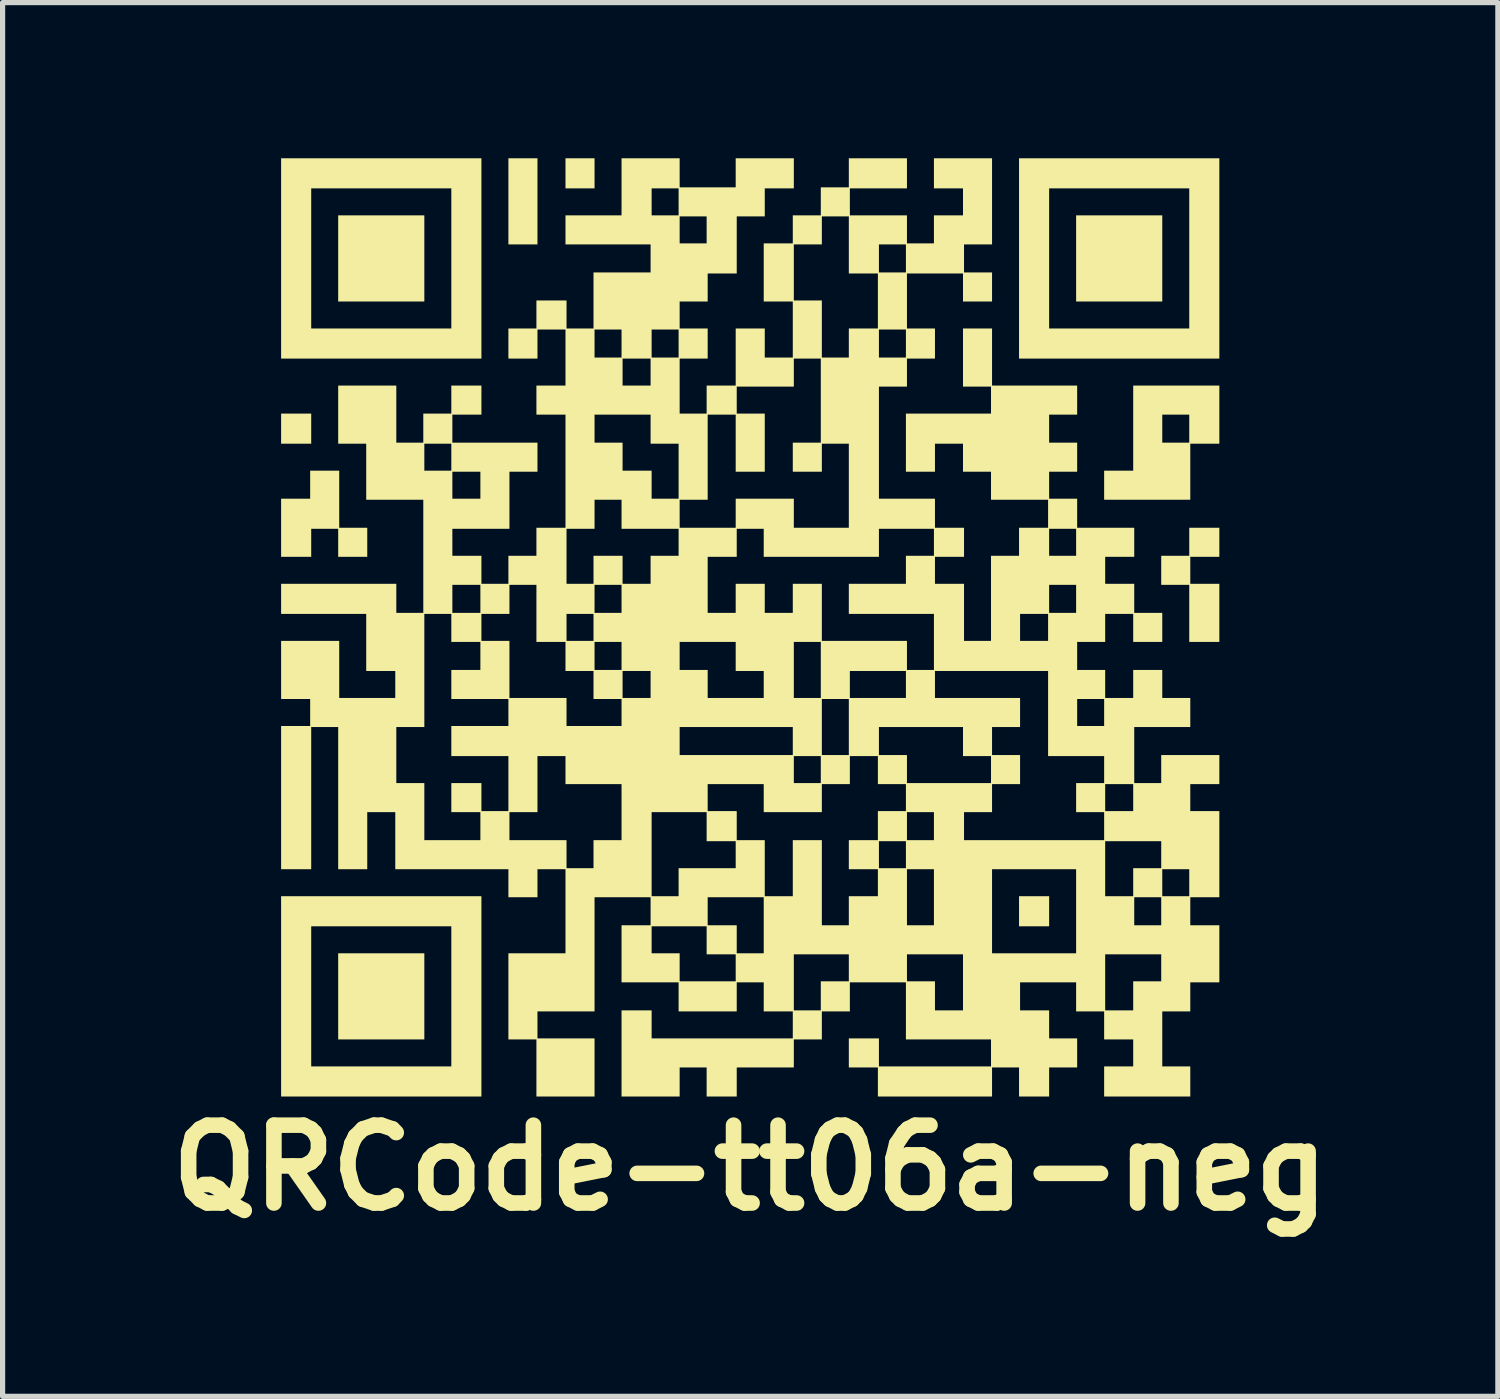
<source format=kicad_pcb>
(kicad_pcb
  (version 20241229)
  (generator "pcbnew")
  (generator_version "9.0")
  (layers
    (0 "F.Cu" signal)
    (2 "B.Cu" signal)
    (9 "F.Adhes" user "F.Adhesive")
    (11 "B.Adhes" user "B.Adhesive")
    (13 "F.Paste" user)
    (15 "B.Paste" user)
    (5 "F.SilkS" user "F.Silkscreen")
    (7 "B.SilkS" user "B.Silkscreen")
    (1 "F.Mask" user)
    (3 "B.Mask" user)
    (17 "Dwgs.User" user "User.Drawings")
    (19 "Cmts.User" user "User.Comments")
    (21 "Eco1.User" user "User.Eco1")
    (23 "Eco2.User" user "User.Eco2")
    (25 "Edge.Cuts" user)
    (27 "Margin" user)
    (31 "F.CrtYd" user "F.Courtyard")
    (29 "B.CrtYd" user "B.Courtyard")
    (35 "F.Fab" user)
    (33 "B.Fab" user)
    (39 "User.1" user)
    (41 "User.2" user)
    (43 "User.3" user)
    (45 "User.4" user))
  (footprint "QRCode-tt06a-neg"
    (layer "F.Cu")
    (at 11.407 9.04)
    (property "Reference" "QRCode-tt06a-neg" (at 0 10.414 0) (layer "F.SilkS") (effects (font (size 1.5 1.5) (thickness 0.3))))
    (attr board_only exclude_from_pos_files exclude_from_bom)
    (fp_poly (pts (xy -8.46 -3.83) (xy -8.46 -3.54) (xy -8.75 -3.54) (xy -9.04 -3.54) (xy -9.04 -3.83) (xy -9.04 -4.12) (xy -8.75 -4.12) (xy -8.46 -4.12)) (stroke (width 0) (type solid)) (fill yes) (layer "F.SilkS"))
    (fp_poly (pts (xy -6.28 -7.11) (xy -6.28 -6.28) (xy -7.11 -6.28) (xy -7.94 -6.28) (xy -7.94 -7.11) (xy -7.94 -7.94) (xy -7.11 -7.94) (xy -6.28 -7.94)) (stroke (width 0) (type solid)) (fill yes) (layer "F.SilkS"))
    (fp_poly (pts (xy -6.28 7.11) (xy -6.28 7.94) (xy -7.11 7.94) (xy -7.94 7.94) (xy -7.94 7.11) (xy -7.94 6.28) (xy -7.11 6.28) (xy -6.28 6.28)) (stroke (width 0) (type solid)) (fill yes) (layer "F.SilkS"))
    (fp_poly (pts (xy -4.1 -8.21) (xy -4.1 -7.38) (xy -4.38 -7.38) (xy -4.66 -7.38) (xy -4.66 -8.21) (xy -4.66 -9.04) (xy -4.38 -9.04) (xy -4.1 -9.04)) (stroke (width 0) (type solid)) (fill yes) (layer "F.SilkS"))
    (fp_poly (pts (xy -3 -8.75) (xy -3 -8.46) (xy -3.28 -8.46) (xy -3.56 -8.46) (xy -3.56 -8.75) (xy -3.56 -9.04) (xy -3.28 -9.04) (xy -3 -9.04)) (stroke (width 0) (type solid)) (fill yes) (layer "F.SilkS"))
    (fp_poly (pts (xy 5.76 5.47) (xy 5.76 5.76) (xy 5.47 5.76) (xy 5.18 5.76) (xy 5.18 5.47) (xy 5.18 5.18) (xy 5.47 5.18) (xy 5.76 5.18)) (stroke (width 0) (type solid)) (fill yes) (layer "F.SilkS"))
    (fp_poly (pts (xy 7.94 -7.11) (xy 7.94 -6.28) (xy 7.11 -6.28) (xy 6.28 -6.28) (xy 6.28 -7.11) (xy 6.28 -7.94) (xy 7.11 -7.94) (xy 7.94 -7.94)) (stroke (width 0) (type solid)) (fill yes) (layer "F.SilkS"))
    (fp_poly (pts (xy -5.18 -7.11) (xy -5.18 -5.18) (xy -7.11 -5.18) (xy -9.04 -5.18) (xy -9.04 -7.11) (xy -8.46 -7.11) (xy -8.46 -5.76) (xy -7.11 -5.76) (xy -5.76 -5.76) (xy -5.76 -7.11) (xy -5.76 -8.46) (xy -7.11 -8.46) (xy -8.46 -8.46) (xy -8.46 -7.11) (xy -9.04 -7.11) (xy -9.04 -9.04) (xy -7.11 -9.04) (xy -5.18 -9.04)) (stroke (width 0) (type solid)) (fill yes) (layer "F.SilkS"))
    (fp_poly (pts (xy -5.18 7.11) (xy -5.18 9.04) (xy -7.11 9.04) (xy -9.04 9.04) (xy -9.04 7.11) (xy -8.46 7.11) (xy -8.46 8.46) (xy -7.11 8.46) (xy -5.76 8.46) (xy -5.76 7.11) (xy -5.76 5.76) (xy -7.11 5.76) (xy -8.46 5.76) (xy -8.46 7.11) (xy -9.04 7.11) (xy -9.04 5.18) (xy -7.11 5.18) (xy -5.18 5.18)) (stroke (width 0) (type solid)) (fill yes) (layer "F.SilkS"))
    (fp_poly (pts (xy 9.04 -7.11) (xy 9.04 -5.18) (xy 7.11 -5.18) (xy 5.18 -5.18) (xy 5.18 -7.11) (xy 5.76 -7.11) (xy 5.76 -5.76) (xy 7.11 -5.76) (xy 8.46 -5.76) (xy 8.46 -7.11) (xy 8.46 -8.46) (xy 7.11 -8.46) (xy 5.76 -8.46) (xy 5.76 -7.11) (xy 5.18 -7.11) (xy 5.18 -9.04) (xy 7.11 -9.04) (xy 9.04 -9.04)) (stroke (width 0) (type solid)) (fill yes) (layer "F.SilkS"))
    (fp_poly (pts (xy -7.92 -2.47) (xy -7.92 -1.92) (xy -7.65 -1.92) (xy -7.38 -1.92) (xy -7.38 -1.64) (xy -7.38 -1.36) (xy -7.66 -1.36) (xy -7.94 -1.36) (xy -7.94 -1.63) (xy -7.94 -1.9) (xy -8.2 -1.9) (xy -8.46 -1.9) (xy -8.46 -1.63) (xy -8.46 -1.36) (xy -8.75 -1.36) (xy -9.04 -1.36) (xy -9.04 -1.92) (xy -9.04 -2.48) (xy -8.76 -2.48) (xy -8.48 -2.48) (xy -8.48 -2.75) (xy -8.48 -3.02) (xy -8.2 -3.02) (xy -7.92 -3.02)) (stroke (width 0) (type solid)) (fill yes) (layer "F.SilkS"))
    (fp_poly (pts (xy 9.04 -1.64) (xy 9.04 -1.36) (xy 8.76 -1.36) (xy 8.48 -1.36) (xy 8.48 -1.1) (xy 8.48 -0.84) (xy 8.76 -0.84) (xy 9.04 -0.84) (xy 9.04 -0.28) (xy 9.04 0.28) (xy 8.75 0.28) (xy 8.46 0.28) (xy 8.46 -0.27) (xy 8.46 -0.82) (xy 8.19 -0.82) (xy 7.92 -0.82) (xy 7.92 -1.1) (xy 7.92 -1.38) (xy 8.19 -1.38) (xy 8.46 -1.38) (xy 8.46 -1.65) (xy 8.46 -1.92) (xy 8.75 -1.92) (xy 9.04 -1.92)) (stroke (width 0) (type solid)) (fill yes) (layer "F.SilkS"))
    (fp_poly (pts (xy 9.04 -4.1) (xy 9.04 -3.54) (xy 8.76 -3.54) (xy 8.48 -3.54) (xy 8.48 -3) (xy 8.48 -2.46) (xy 7.65 -2.46) (xy 6.82 -2.46) (xy 6.82 -2.74) (xy 6.82 -3.02) (xy 7.1 -3.02) (xy 7.38 -3.02) (xy 7.38 -3.83) (xy 7.94 -3.83) (xy 7.94 -3.56) (xy 8.2 -3.56) (xy 8.46 -3.56) (xy 8.46 -3.83) (xy 8.46 -4.1) (xy 8.2 -4.1) (xy 7.94 -4.1) (xy 7.94 -3.83) (xy 7.38 -3.83) (xy 7.38 -3.84) (xy 7.38 -4.66) (xy 8.21 -4.66) (xy 9.04 -4.66)) (stroke (width 0) (type solid)) (fill yes) (layer "F.SilkS"))
    (fp_poly (pts (xy -1.36 -8.76) (xy -1.36 -8.48) (xy -0.82 -8.48) (xy -0.28 -8.48) (xy -0.28 -8.76) (xy -0.28 -9.04) (xy 0.28 -9.04) (xy 0.84 -9.04) (xy 0.84 -8.75) (xy 0.84 -8.46) (xy 0.56 -8.46) (xy 0.28 -8.46) (xy 0.28 -8.19) (xy 0.28 -7.92) (xy 0.01 -7.92) (xy -0.26 -7.92) (xy -0.26 -7.37) (xy -0.26 -6.82) (xy -0.54 -6.82) (xy -0.82 -6.82) (xy -0.82 -6.55) (xy -0.82 -6.28) (xy -1.09 -6.28) (xy -1.36 -6.28) (xy -1.36 -6.02) (xy -1.36 -5.76) (xy -1.09 -5.76) (xy -0.82 -5.76) (xy -0.82 -5.47) (xy -0.82 -5.18) (xy -1.09 -5.18) (xy -1.36 -5.18) (xy -1.36 -4.65) (xy -1.36 -4.12) (xy -1.1 -4.12) (xy -0.84 -4.12) (xy -0.84 -4.39) (xy -0.84 -4.66) (xy -0.56 -4.66) (xy -0.28 -4.66) (xy -0.28 -5.21) (xy -0.28 -5.76) (xy 0 -5.76) (xy 0.28 -5.76) (xy 0.28 -5.48) (xy 0.28 -5.2) (xy 0.55 -5.2) (xy 0.82 -5.2) (xy 0.82 -5.74) (xy 0.82 -6.28) (xy 0.54 -6.28) (xy 0.26 -6.28) (xy 0.26 -6.84) (xy 0.26 -7.38) (xy 0.84 -7.38) (xy 0.84 -6.84) (xy 0.84 -6.3) (xy 1.11 -6.3) (xy 1.38 -6.3) (xy 1.38 -5.75) (xy 1.38 -5.2) (xy 1.64 -5.2) (xy 1.9 -5.2) (xy 1.9 -5.47) (xy 2.48 -5.47) (xy 2.48 -5.2) (xy 2.74 -5.2) (xy 3 -5.2) (xy 3 -5.47) (xy 3 -5.74) (xy 2.74 -5.74) (xy 2.48 -5.74) (xy 2.48 -5.47) (xy 1.9 -5.47) (xy 1.9 -5.48) (xy 1.9 -5.76) (xy 2.18 -5.76) (xy 2.46 -5.76) (xy 2.46 -6.29) (xy 2.46 -6.82) (xy 2.18 -6.82) (xy 1.9 -6.82) (xy 1.9 -7.11) (xy 2.48 -7.11) (xy 2.48 -6.84) (xy 2.74 -6.84) (xy 3 -6.84) (xy 3 -7.11) (xy 3 -7.38) (xy 2.74 -7.38) (xy 2.48 -7.38) (xy 2.48 -7.11) (xy 1.9 -7.11) (xy 1.9 -7.37) (xy 1.9 -7.92) (xy 1.64 -7.92) (xy 1.38 -7.92) (xy 1.38 -7.65) (xy 1.38 -7.38) (xy 1.11 -7.38) (xy 0.84 -7.38) (xy 0.26 -7.38) (xy 0.26 -7.4) (xy 0.54 -7.4) (xy 0.82 -7.4) (xy 0.82 -7.67) (xy 0.82 -7.94) (xy 1.09 -7.94) (xy 1.36 -7.94) (xy 1.36 -8.21) (xy 1.36 -8.48) (xy 1.63 -8.48) (xy 1.9 -8.48) (xy 1.9 -8.76) (xy 1.9 -9.04) (xy 2.46 -9.04) (xy 3.02 -9.04) (xy 3.02 -8.75) (xy 3.02 -8.46) (xy 2.47 -8.46) (xy 1.92 -8.46) (xy 1.92 -8.2) (xy 1.92 -7.94) (xy 2.47 -7.94) (xy 3.02 -7.94) (xy 3.02 -7.67) (xy 3.02 -7.4) (xy 3.28 -7.4) (xy 3.54 -7.4) (xy 3.54 -7.67) (xy 3.54 -7.94) (xy 3.82 -7.94) (xy 4.1 -7.94) (xy 4.1 -8.2) (xy 4.1 -8.46) (xy 3.82 -8.46) (xy 3.54 -8.46) (xy 3.54 -8.75) (xy 3.54 -9.04) (xy 4.1 -9.04) (xy 4.66 -9.04) (xy 4.66 -8.21) (xy 4.66 -7.38) (xy 4.39 -7.38) (xy 4.12 -7.38) (xy 4.12 -7.11) (xy 4.12 -6.84) (xy 4.39 -6.84) (xy 4.66 -6.84) (xy 4.66 -6.56) (xy 4.66 -6.28) (xy 4.38 -6.28) (xy 4.1 -6.28) (xy 4.1 -6.55) (xy 4.1 -6.82) (xy 3.56 -6.82) (xy 3.02 -6.82) (xy 3.02 -6.29) (xy 3.02 -5.76) (xy 3.29 -5.76) (xy 3.56 -5.76) (xy 3.56 -5.47) (xy 3.56 -5.18) (xy 3.29 -5.18) (xy 3.02 -5.18) (xy 3.02 -4.91) (xy 3.02 -4.64) (xy 2.75 -4.64) (xy 2.48 -4.64) (xy 2.48 -3.56) (xy 2.48 -2.48) (xy 3.02 -2.48) (xy 3.56 -2.48) (xy 3.56 -2.2) (xy 3.56 -1.92) (xy 3.84 -1.92) (xy 4.12 -1.92) (xy 4.12 -1.64) (xy 4.12 -1.36) (xy 3.84 -1.36) (xy 3.56 -1.36) (xy 3.56 -1.1) (xy 3.56 -0.84) (xy 3.84 -0.84) (xy 4.12 -0.84) (xy 4.12 -0.29) (xy 4.12 0.26) (xy 4.38 0.26) (xy 4.64 0.26) (xy 4.64 0) (xy 5.2 0) (xy 5.2 0.26) (xy 5.47 0.26) (xy 5.74 0.26) (xy 5.74 0) (xy 5.74 -0.26) (xy 5.47 -0.26) (xy 5.2 -0.26) (xy 5.2 0) (xy 4.64 0) (xy 4.64 -0.55) (xy 5.76 -0.55) (xy 5.76 -0.28) (xy 6.02 -0.28) (xy 6.28 -0.28) (xy 6.28 -0.55) (xy 6.28 -0.82) (xy 6.02 -0.82) (xy 5.76 -0.82) (xy 5.76 -0.55) (xy 4.64 -0.55) (xy 4.64 -0.56) (xy 4.64 -1.38) (xy 4.91 -1.38) (xy 5.18 -1.38) (xy 5.18 -1.64) (xy 5.76 -1.64) (xy 5.76 -1.38) (xy 6.02 -1.38) (xy 6.28 -1.38) (xy 6.28 -1.64) (xy 6.28 -1.9) (xy 6.02 -1.9) (xy 5.76 -1.9) (xy 5.76 -1.64) (xy 5.18 -1.64) (xy 5.18 -1.65) (xy 5.18 -1.92) (xy 5.46 -1.92) (xy 5.74 -1.92) (xy 5.74 -2.19) (xy 5.74 -2.46) (xy 5.19 -2.46) (xy 4.64 -2.46) (xy 4.64 -2.73) (xy 4.64 -3) (xy 4.37 -3) (xy 4.1 -3) (xy 4.1 -3.27) (xy 4.1 -3.54) (xy 3.83 -3.54) (xy 3.56 -3.54) (xy 3.56 -3.27) (xy 3.56 -3) (xy 3.28 -3) (xy 3 -3) (xy 3 -3.56) (xy 3 -4.12) (xy 3.82 -4.12) (xy 4.64 -4.12) (xy 4.64 -4.38) (xy 4.64 -4.64) (xy 4.37 -4.64) (xy 4.1 -4.64) (xy 4.1 -5.2) (xy 4.1 -5.76) (xy 4.38 -5.76) (xy 4.66 -5.76) (xy 4.66 -5.21) (xy 4.66 -4.66) (xy 5.48 -4.66) (xy 6.3 -4.66) (xy 6.3 -4.38) (xy 6.3 -4.1) (xy 6.03 -4.1) (xy 5.76 -4.1) (xy 5.76 -3.83) (xy 5.76 -3.56) (xy 6.03 -3.56) (xy 6.3 -3.56) (xy 6.3 -3.28) (xy 6.3 -3) (xy 6.03 -3) (xy 5.76 -3) (xy 5.76 -2.74) (xy 5.76 -2.48) (xy 6.03 -2.48) (xy 6.3 -2.48) (xy 6.3 -2.2) (xy 6.3 -1.92) (xy 6.85 -1.92) (xy 7.4 -1.92) (xy 7.4 -1.64) (xy 7.4 -1.36) (xy 7.12 -1.36) (xy 6.84 -1.36) (xy 6.84 -1.1) (xy 6.84 -0.84) (xy 7.12 -0.84) (xy 7.4 -0.84) (xy 7.4 -0.56) (xy 7.4 -0.28) (xy 7.67 -0.28) (xy 7.94 -0.28) (xy 7.94 0) (xy 7.94 0.28) (xy 7.66 0.28) (xy 7.38 0.28) (xy 7.38 0.01) (xy 7.38 -0.26) (xy 7.11 -0.26) (xy 6.84 -0.26) (xy 6.84 0.01) (xy 6.84 0.28) (xy 6.57 0.28) (xy 6.3 0.28) (xy 6.3 0.55) (xy 6.3 0.82) (xy 6.57 0.82) (xy 6.84 0.82) (xy 6.84 1.09) (xy 6.84 1.36) (xy 7.11 1.36) (xy 7.38 1.36) (xy 7.38 1.09) (xy 7.38 0.82) (xy 7.66 0.82) (xy 7.94 0.82) (xy 7.94 1.09) (xy 7.94 1.36) (xy 8.21 1.36) (xy 8.48 1.36) (xy 8.48 1.64) (xy 8.48 1.92) (xy 7.94 1.92) (xy 7.4 1.92) (xy 7.4 2.46) (xy 7.4 3) (xy 7.66 3) (xy 7.92 3) (xy 7.92 2.73) (xy 7.92 2.46) (xy 8.48 2.46) (xy 9.04 2.46) (xy 9.04 2.74) (xy 9.04 3.02) (xy 8.76 3.02) (xy 8.48 3.02) (xy 8.48 3.28) (xy 8.48 3.54) (xy 8.76 3.54) (xy 9.04 3.54) (xy 9.04 4.37) (xy 9.04 5.2) (xy 8.76 5.2) (xy 8.48 5.2) (xy 8.48 5.47) (xy 8.48 5.74) (xy 8.76 5.74) (xy 9.04 5.74) (xy 9.04 6.29) (xy 9.04 6.84) (xy 8.76 6.84) (xy 8.48 6.84) (xy 8.48 7.12) (xy 8.48 7.4) (xy 8.21 7.4) (xy 7.94 7.4) (xy 7.94 7.93) (xy 7.94 8.46) (xy 8.21 8.46) (xy 8.48 8.46) (xy 8.48 8.75) (xy 8.48 9.04) (xy 7.65 9.04) (xy 6.82 9.04) (xy 6.82 8.75) (xy 6.82 8.46) (xy 7.1 8.46) (xy 7.38 8.46) (xy 7.38 8.2) (xy 7.38 7.94) (xy 7.1 7.94) (xy 6.82 7.94) (xy 6.82 7.67) (xy 6.82 7.4) (xy 6.55 7.4) (xy 6.28 7.4) (xy 6.28 7.12) (xy 6.28 6.84) (xy 6.84 6.84) (xy 6.84 7.38) (xy 7.11 7.38) (xy 7.38 7.38) (xy 7.38 7.1) (xy 7.38 6.82) (xy 7.65 6.82) (xy 7.92 6.82) (xy 7.92 6.56) (xy 7.92 6.3) (xy 7.38 6.3) (xy 6.84 6.3) (xy 6.84 6.84) (xy 6.28 6.84) (xy 5.74 6.84) (xy 5.2 6.84) (xy 5.2 7.11) (xy 5.2 7.38) (xy 5.48 7.38) (xy 5.76 7.38) (xy 5.76 7.65) (xy 5.76 7.92) (xy 6.03 7.92) (xy 6.3 7.92) (xy 6.3 8.2) (xy 6.3 8.48) (xy 6.03 8.48) (xy 5.76 8.48) (xy 5.76 8.76) (xy 5.76 9.04) (xy 5.47 9.04) (xy 5.18 9.04) (xy 5.18 8.76) (xy 5.18 8.48) (xy 4.92 8.48) (xy 4.66 8.48) (xy 4.66 8.76) (xy 4.66 9.04) (xy 3.56 9.04) (xy 2.46 9.04) (xy 2.46 8.76) (xy 2.46 8.48) (xy 2.18 8.48) (xy 1.9 8.48) (xy 1.9 8.2) (xy 1.9 7.92) (xy 2.19 7.92) (xy 2.48 7.92) (xy 2.48 8.19) (xy 2.48 8.46) (xy 3.56 8.46) (xy 4.64 8.46) (xy 4.64 8.2) (xy 4.64 7.94) (xy 3.82 7.94) (xy 3 7.94) (xy 3 7.39) (xy 3 6.84) (xy 2.46 6.84) (xy 1.92 6.84) (xy 1.92 7.12) (xy 1.92 7.4) (xy 1.65 7.4) (xy 1.38 7.4) (xy 1.38 7.67) (xy 1.38 7.94) (xy 1.11 7.94) (xy 0.84 7.94) (xy 0.84 8.21) (xy 0.84 8.48) (xy 0.29 8.48) (xy -0.26 8.48) (xy -0.26 8.76) (xy -0.26 9.04) (xy -0.55 9.04) (xy -0.84 9.04) (xy -0.84 8.76) (xy -0.84 8.48) (xy -1.1 8.48) (xy -1.36 8.48) (xy -1.36 8.76) (xy -1.36 9.04) (xy -1.92 9.04) (xy -2.48 9.04) (xy -2.48 8.21) (xy -2.48 7.38) (xy -2.19 7.38) (xy -1.9 7.38) (xy -1.9 7.65) (xy -1.9 7.92) (xy -0.54 7.92) (xy 0.82 7.92) (xy 0.82 7.66) (xy 0.82 7.4) (xy 0.54 7.4) (xy 0.26 7.4) (xy 0.26 7.12) (xy 0.26 6.84) (xy 0.84 6.84) (xy 0.84 7.38) (xy 1.1 7.38) (xy 1.36 7.38) (xy 1.36 7.1) (xy 1.36 6.82) (xy 1.63 6.82) (xy 1.9 6.82) (xy 1.9 6.56) (xy 3.02 6.56) (xy 3.02 6.82) (xy 3.29 6.82) (xy 3.56 6.82) (xy 3.56 7.1) (xy 3.56 7.38) (xy 3.83 7.38) (xy 4.1 7.38) (xy 4.1 6.84) (xy 4.1 6.3) (xy 3.56 6.3) (xy 3.02 6.3) (xy 3.02 6.56) (xy 1.9 6.56) (xy 1.9 6.3) (xy 1.37 6.3) (xy 0.84 6.3) (xy 0.84 6.84) (xy 0.26 6.84) (xy 0 6.84) (xy -0.26 6.84) (xy -0.26 7.12) (xy -0.26 7.4) (xy -0.82 7.4) (xy -1.38 7.4) (xy -1.38 7.12) (xy -1.38 6.84) (xy -1.93 6.84) (xy -2.48 6.84) (xy -2.48 6.29) (xy -2.48 6.02) (xy -1.9 6.02) (xy -1.9 6.28) (xy -1.63 6.28) (xy -1.36 6.28) (xy -1.36 6.55) (xy -1.36 6.82) (xy -0.82 6.82) (xy -0.28 6.82) (xy -0.28 6.56) (xy -0.28 6.3) (xy -0.56 6.3) (xy -0.84 6.3) (xy -0.84 6.03) (xy -0.84 5.76) (xy -1.37 5.76) (xy -1.9 5.76) (xy -1.9 6.02) (xy -2.48 6.02) (xy -2.48 5.74) (xy -2.2 5.74) (xy -1.92 5.74) (xy -1.92 5.47) (xy -0.82 5.47) (xy -0.82 5.74) (xy -0.54 5.74) (xy -0.26 5.74) (xy -0.26 6.01) (xy -0.26 6.28) (xy 0 6.28) (xy 0.26 6.28) (xy 0.26 5.74) (xy 0.26 5.2) (xy -0.28 5.2) (xy -0.82 5.2) (xy -0.82 5.47) (xy -1.92 5.47) (xy -1.92 5.2) (xy -2.46 5.2) (xy -3 5.2) (xy -3 6.3) (xy -3 7.4) (xy -3.55 7.4) (xy -4.1 7.4) (xy -4.1 7.66) (xy -4.1 7.92) (xy -3.55 7.92) (xy -3 7.92) (xy -3 8.48) (xy -3 9.04) (xy -3.56 9.04) (xy -4.12 9.04) (xy -4.12 8.49) (xy -4.12 7.94) (xy -4.39 7.94) (xy -4.66 7.94) (xy -4.66 7.11) (xy -4.66 6.28) (xy -4.11 6.28) (xy -3.56 6.28) (xy -3.56 5.47) (xy -3.56 4.66) (xy -3.83 4.66) (xy -4.1 4.66) (xy -4.1 4.93) (xy -4.1 5.2) (xy -4.38 5.2) (xy -4.66 5.2) (xy -4.66 4.93) (xy -4.66 4.66) (xy -5.75 4.66) (xy -6.84 4.66) (xy -6.84 4.11) (xy -6.84 3.56) (xy -7.11 3.56) (xy -7.38 3.56) (xy -7.38 4.11) (xy -7.38 4.66) (xy -7.66 4.66) (xy -7.94 4.66) (xy -7.94 3.29) (xy -7.94 1.92) (xy -6.82 1.92) (xy -6.82 2.46) (xy -6.82 3) (xy -6.55 3) (xy -6.28 3) (xy -6.28 3.55) (xy -6.28 4.1) (xy -5.74 4.1) (xy -5.2 4.1) (xy -5.2 3.83) (xy -5.2 3.56) (xy -4.64 3.56) (xy -4.64 3.83) (xy -4.64 4.1) (xy -4.09 4.1) (xy -3.54 4.1) (xy -3.54 4.37) (xy -3.54 4.64) (xy -3.28 4.64) (xy -3.02 4.64) (xy -3.02 4.37) (xy -1.9 4.37) (xy -1.9 5.18) (xy -1.64 5.18) (xy -1.38 5.18) (xy -1.38 4.91) (xy -1.38 4.64) (xy -0.83 4.64) (xy -0.28 4.64) (xy -0.28 4.38) (xy -0.28 4.12) (xy -0.56 4.12) (xy -0.84 4.12) (xy -0.84 3.84) (xy -0.84 3.56) (xy -1.37 3.56) (xy -1.9 3.56) (xy -1.9 4.37) (xy -3.02 4.37) (xy -3.02 4.1) (xy -2.75 4.1) (xy -2.48 4.1) (xy -2.48 3.56) (xy -2.48 3.02) (xy -0.82 3.02) (xy -0.82 3.28) (xy -0.82 3.54) (xy -0.54 3.54) (xy -0.26 3.54) (xy -0.26 3.82) (xy -0.26 4.1) (xy 0.01 4.1) (xy 0.28 4.1) (xy 0.28 4.64) (xy 0.28 5.18) (xy 0.55 5.18) (xy 0.82 5.18) (xy 0.82 4.64) (xy 0.82 4.1) (xy 1.1 4.1) (xy 1.38 4.1) (xy 1.38 4.92) (xy 1.38 5.74) (xy 1.64 5.74) (xy 1.9 5.74) (xy 1.9 5.46) (xy 1.9 5.2) (xy 3.02 5.2) (xy 3.02 5.74) (xy 3.28 5.74) (xy 3.54 5.74) (xy 3.54 5.47) (xy 4.66 5.47) (xy 4.66 6.28) (xy 5.47 6.28) (xy 6.28 6.28) (xy 6.28 5.47) (xy 7.4 5.47) (xy 7.4 5.74) (xy 7.66 5.74) (xy 7.92 5.74) (xy 7.92 5.47) (xy 7.92 5.2) (xy 7.66 5.2) (xy 7.4 5.2) (xy 7.4 5.47) (xy 6.28 5.47) (xy 6.28 4.66) (xy 5.47 4.66) (xy 4.66 4.66) (xy 4.66 5.47) (xy 3.54 5.47) (xy 3.54 5.2) (xy 3.54 4.66) (xy 3.28 4.66) (xy 3.02 4.66) (xy 3.02 5.2) (xy 1.9 5.2) (xy 1.9 5.18) (xy 2.18 5.18) (xy 2.46 5.18) (xy 2.46 4.92) (xy 2.46 4.66) (xy 2.18 4.66) (xy 1.9 4.66) (xy 1.9 4.65) (xy 6.84 4.65) (xy 6.84 5.18) (xy 7.11 5.18) (xy 7.38 5.18) (xy 7.38 4.92) (xy 7.94 4.92) (xy 7.94 5.18) (xy 8.2 5.18) (xy 8.46 5.18) (xy 8.46 4.92) (xy 8.46 4.66) (xy 8.2 4.66) (xy 7.94 4.66) (xy 7.94 4.92) (xy 7.38 4.92) (xy 7.38 4.91) (xy 7.38 4.64) (xy 7.65 4.64) (xy 7.92 4.64) (xy 7.92 4.38) (xy 7.92 4.12) (xy 7.38 4.12) (xy 6.84 4.12) (xy 6.84 4.65) (xy 1.9 4.65) (xy 1.9 4.38) (xy 2.48 4.38) (xy 2.48 4.64) (xy 2.74 4.64) (xy 3 4.64) (xy 3 4.38) (xy 3 4.12) (xy 2.74 4.12) (xy 2.48 4.12) (xy 2.48 4.38) (xy 1.9 4.38) (xy 1.9 4.1) (xy 2.18 4.1) (xy 2.46 4.1) (xy 2.46 3.83) (xy 3.02 3.83) (xy 3.02 4.1) (xy 3.28 4.1) (xy 3.54 4.1) (xy 3.54 3.83) (xy 3.54 3.56) (xy 3.28 3.56) (xy 3.02 3.56) (xy 3.02 3.83) (xy 2.46 3.83) (xy 2.46 3.82) (xy 2.46 3.54) (xy 2.73 3.54) (xy 3 3.54) (xy 3 3.28) (xy 3 3.02) (xy 2.73 3.02) (xy 2.46 3.02) (xy 2.46 2.75) (xy 2.46 2.48) (xy 2.19 2.48) (xy 1.92 2.48) (xy 1.92 2.75) (xy 1.92 3.02) (xy 1.65 3.02) (xy 1.38 3.02) (xy 1.38 3.29) (xy 1.38 3.56) (xy 0.82 3.56) (xy 0.26 3.56) (xy 0.26 3.29) (xy 0.26 3.02) (xy -0.28 3.02) (xy -0.82 3.02) (xy -2.48 3.02) (xy -3.02 3.02) (xy -3.56 3.02) (xy -3.56 2.75) (xy -3.56 2.74) (xy 0.84 2.74) (xy 0.84 3) (xy 1.1 3) (xy 1.36 3) (xy 1.36 2.74) (xy 1.36 2.48) (xy 1.1 2.48) (xy 0.84 2.48) (xy 0.84 2.74) (xy -3.56 2.74) (xy -3.56 2.48) (xy -3.83 2.48) (xy -4.1 2.48) (xy -4.1 3.02) (xy -4.1 3.56) (xy -4.37 3.56) (xy -4.64 3.56) (xy -5.2 3.56) (xy -5.48 3.56) (xy -5.76 3.56) (xy -5.76 3.28) (xy -5.76 3) (xy -5.47 3) (xy -5.18 3) (xy -5.18 3.27) (xy -5.18 3.54) (xy -4.92 3.54) (xy -4.66 3.54) (xy -4.66 3.01) (xy -4.66 2.48) (xy -5.21 2.48) (xy -5.76 2.48) (xy -5.76 2.19) (xy -1.36 2.19) (xy -1.36 2.46) (xy -0.27 2.46) (xy 0.82 2.46) (xy 0.82 2.19) (xy 0.82 1.92) (xy 1.38 1.92) (xy 1.38 2.46) (xy 1.64 2.46) (xy 1.9 2.46) (xy 1.9 2.19) (xy 2.48 2.19) (xy 2.48 2.46) (xy 2.75 2.46) (xy 3.02 2.46) (xy 3.02 2.73) (xy 3.02 3) (xy 3.83 3) (xy 4.64 3) (xy 4.64 2.74) (xy 4.64 2.48) (xy 4.37 2.48) (xy 4.1 2.48) (xy 4.1 2.2) (xy 4.1 1.92) (xy 3.29 1.92) (xy 2.48 1.92) (xy 2.48 2.19) (xy 1.9 2.19) (xy 1.9 1.92) (xy 1.9 1.38) (xy 1.64 1.38) (xy 1.38 1.38) (xy 1.38 1.92) (xy 0.82 1.92) (xy -0.27 1.92) (xy -1.36 1.92) (xy -1.36 2.19) (xy -5.76 2.19) (xy -5.76 1.9) (xy -5.21 1.9) (xy -4.66 1.9) (xy -4.66 1.64) (xy -4.66 1.38) (xy -5.21 1.38) (xy -5.76 1.38) (xy -5.76 1.1) (xy -5.76 0.82) (xy -5.48 0.82) (xy -5.2 0.82) (xy -5.2 0.55) (xy -5.2 0.28) (xy -5.48 0.28) (xy -5.76 0.28) (xy -5.76 0.01) (xy -5.76 -0.26) (xy -5.18 -0.26) (xy -5.18 0) (xy -5.18 0.26) (xy -4.91 0.26) (xy -4.64 0.26) (xy -4.64 0.81) (xy -4.64 1.36) (xy -4.09 1.36) (xy -3.54 1.36) (xy -3.54 1.63) (xy -3.54 1.9) (xy -3.01 1.9) (xy -2.48 1.9) (xy -2.48 1.64) (xy -2.48 1.38) (xy -2.75 1.38) (xy -3.02 1.38) (xy -3.02 1.11) (xy -3.02 1.1) (xy -2.46 1.1) (xy -2.46 1.36) (xy -2.19 1.36) (xy -1.92 1.36) (xy -1.92 1.1) (xy -1.92 0.84) (xy -2.19 0.84) (xy -2.46 0.84) (xy -2.46 1.1) (xy -3.02 1.1) (xy -3.02 0.84) (xy -3.29 0.84) (xy -3.56 0.84) (xy -3.56 0.56) (xy -3.56 0.55) (xy -3 0.55) (xy -3 0.82) (xy -2.74 0.82) (xy -2.48 0.82) (xy -2.48 0.55) (xy -1.36 0.55) (xy -1.36 0.82) (xy -1.09 0.82) (xy -0.82 0.82) (xy -0.82 1.09) (xy -0.82 1.36) (xy -0.28 1.36) (xy 0.26 1.36) (xy 0.26 1.1) (xy 0.26 0.84) (xy -0.01 0.84) (xy -0.28 0.84) (xy -0.28 0.82) (xy 0.84 0.82) (xy 0.84 1.36) (xy 1.1 1.36) (xy 1.36 1.36) (xy 1.36 1.1) (xy 1.92 1.1) (xy 1.92 1.36) (xy 2.46 1.36) (xy 3 1.36) (xy 3 1.1) (xy 3.56 1.1) (xy 3.56 1.36) (xy 4.38 1.36) (xy 5.2 1.36) (xy 5.2 1.64) (xy 5.2 1.92) (xy 4.93 1.92) (xy 4.66 1.92) (xy 4.66 2.19) (xy 4.66 2.46) (xy 4.93 2.46) (xy 5.2 2.46) (xy 5.2 2.74) (xy 5.2 3.02) (xy 4.93 3.02) (xy 4.66 3.02) (xy 4.66 3.29) (xy 4.66 3.56) (xy 4.39 3.56) (xy 4.12 3.56) (xy 4.12 3.83) (xy 4.12 4.1) (xy 5.47 4.1) (xy 6.82 4.1) (xy 6.82 3.83) (xy 6.82 3.56) (xy 6.55 3.56) (xy 6.28 3.56) (xy 6.28 3.28) (xy 6.84 3.28) (xy 6.84 3.54) (xy 7.11 3.54) (xy 7.38 3.54) (xy 7.38 3.28) (xy 7.38 3.02) (xy 7.11 3.02) (xy 6.84 3.02) (xy 6.84 3.28) (xy 6.28 3.28) (xy 6.28 3) (xy 6.55 3) (xy 6.82 3) (xy 6.82 2.74) (xy 6.82 2.48) (xy 6.28 2.48) (xy 5.74 2.48) (xy 5.74 1.66) (xy 5.74 1.64) (xy 6.3 1.64) (xy 6.3 1.9) (xy 6.56 1.9) (xy 6.82 1.9) (xy 6.82 1.64) (xy 6.82 1.38) (xy 6.56 1.38) (xy 6.3 1.38) (xy 6.3 1.64) (xy 5.74 1.64) (xy 5.74 0.84) (xy 4.65 0.84) (xy 3.56 0.84) (xy 3.56 1.1) (xy 3 1.1) (xy 3 0.84) (xy 2.46 0.84) (xy 1.92 0.84) (xy 1.92 1.1) (xy 1.36 1.1) (xy 1.36 0.82) (xy 1.36 0.28) (xy 1.1 0.28) (xy 0.84 0.28) (xy 0.84 0.82) (xy -0.28 0.82) (xy -0.28 0.56) (xy -0.28 0.28) (xy -0.82 0.28) (xy -1.36 0.28) (xy -1.36 0.55) (xy -2.48 0.55) (xy -2.48 0.28) (xy -2.74 0.28) (xy -3 0.28) (xy -3 0.55) (xy -3.56 0.55) (xy -3.56 0.28) (xy -3.84 0.28) (xy -4.12 0.28) (xy -4.12 0) (xy -3.54 0) (xy -3.54 0.26) (xy -3.28 0.26) (xy -3.02 0.26) (xy -3.02 0) (xy -3.02 -0.26) (xy -3.28 -0.26) (xy -3.54 -0.26) (xy -3.54 0) (xy -4.12 0) (xy -4.12 -0.27) (xy -4.12 -0.55) (xy -3 -0.55) (xy -3 -0.28) (xy -2.74 -0.28) (xy -2.48 -0.28) (xy -2.48 -0.55) (xy -2.48 -0.82) (xy -2.74 -0.82) (xy -3 -0.82) (xy -3 -0.55) (xy -4.12 -0.55) (xy -4.12 -0.82) (xy -4.38 -0.82) (xy -4.64 -0.82) (xy -4.64 -0.54) (xy -4.64 -0.26) (xy -4.91 -0.26) (xy -5.18 -0.26) (xy -5.76 -0.26) (xy -6.02 -0.26) (xy -6.28 -0.26) (xy -6.28 0.83) (xy -6.28 1.92) (xy -6.55 1.92) (xy -6.82 1.92) (xy -7.94 1.92) (xy -8.2 1.92) (xy -8.46 1.92) (xy -8.46 3.29) (xy -8.46 4.66) (xy -8.75 4.66) (xy -9.04 4.66) (xy -9.04 3.28) (xy -9.04 1.9) (xy -8.76 1.9) (xy -8.48 1.9) (xy -8.48 1.64) (xy -8.48 1.38) (xy -8.76 1.38) (xy -9.04 1.38) (xy -9.04 0.82) (xy -9.04 0.26) (xy -8.48 0.26) (xy -7.92 0.26) (xy -7.92 0.81) (xy -7.92 1.36) (xy -7.38 1.36) (xy -6.84 1.36) (xy -6.84 1.1) (xy -6.84 0.84) (xy -7.12 0.84) (xy -7.4 0.84) (xy -7.4 0.29) (xy -7.4 -0.26) (xy -8.22 -0.26) (xy -9.04 -0.26) (xy -9.04 -0.55) (xy -9.04 -0.84) (xy -7.93 -0.84) (xy -6.82 -0.84) (xy -6.82 -0.56) (xy -6.82 -0.28) (xy -6.56 -0.28) (xy -6.3 -0.28) (xy -6.3 -0.55) (xy -5.74 -0.55) (xy -5.74 -0.28) (xy -5.47 -0.28) (xy -5.2 -0.28) (xy -5.2 -0.55) (xy -5.2 -0.82) (xy -5.47 -0.82) (xy -5.74 -0.82) (xy -5.74 -0.55) (xy -6.3 -0.55) (xy -6.3 -1.37) (xy -6.3 -2.46) (xy -6.85 -2.46) (xy -7.4 -2.46) (xy -7.4 -2.74) (xy -5.74 -2.74) (xy -5.74 -2.48) (xy -5.47 -2.48) (xy -5.2 -2.48) (xy -5.2 -2.74) (xy -5.2 -3) (xy -5.47 -3) (xy -5.74 -3) (xy -5.74 -2.74) (xy -7.4 -2.74) (xy -7.4 -3) (xy -7.4 -3.28) (xy -6.28 -3.28) (xy -6.28 -3.02) (xy -6.02 -3.02) (xy -5.76 -3.02) (xy -5.76 -3.28) (xy -5.76 -3.54) (xy -6.02 -3.54) (xy -6.28 -3.54) (xy -6.28 -3.28) (xy -7.4 -3.28) (xy -7.4 -3.54) (xy -7.67 -3.54) (xy -7.94 -3.54) (xy -7.94 -4.1) (xy -7.94 -4.66) (xy -7.38 -4.66) (xy -6.82 -4.66) (xy -6.82 -4.11) (xy -6.82 -3.56) (xy -6.56 -3.56) (xy -6.3 -3.56) (xy -6.3 -3.84) (xy -6.3 -4.12) (xy -6.03 -4.12) (xy -5.76 -4.12) (xy -5.76 -4.39) (xy -5.76 -4.66) (xy -5.47 -4.66) (xy -5.18 -4.66) (xy -5.18 -4.38) (xy -5.18 -4.1) (xy -5.46 -4.1) (xy -5.74 -4.1) (xy -5.74 -3.83) (xy -5.74 -3.56) (xy -4.92 -3.56) (xy -4.1 -3.56) (xy -4.1 -3.28) (xy -4.1 -3) (xy -4.37 -3) (xy -4.64 -3) (xy -4.64 -2.45) (xy -4.64 -1.9) (xy -5.19 -1.9) (xy -5.74 -1.9) (xy -5.74 -1.64) (xy -5.74 -1.38) (xy -5.46 -1.38) (xy -5.18 -1.38) (xy -5.18 -1.11) (xy -5.18 -0.84) (xy -4.92 -0.84) (xy -4.66 -0.84) (xy -4.66 -1.11) (xy -4.66 -1.38) (xy -4.39 -1.38) (xy -4.12 -1.38) (xy -4.12 -1.65) (xy -4.12 -1.9) (xy -3.54 -1.9) (xy -3.54 -1.37) (xy -3.54 -0.84) (xy -3.28 -0.84) (xy -3.02 -0.84) (xy -3.02 -1.11) (xy -3.02 -1.38) (xy -2.74 -1.38) (xy -2.46 -1.38) (xy -2.46 -1.11) (xy -2.46 -0.84) (xy -2.19 -0.84) (xy -1.92 -0.84) (xy -1.92 -1.11) (xy -1.92 -1.36) (xy -0.82 -1.36) (xy -0.82 -0.82) (xy -0.82 -0.28) (xy -0.55 -0.28) (xy -0.28 -0.28) (xy -0.28 -0.56) (xy -0.28 -0.84) (xy 0 -0.84) (xy 0.28 -0.84) (xy 0.28 -0.56) (xy 0.28 -0.28) (xy 0.55 -0.28) (xy 0.82 -0.28) (xy 0.82 -0.56) (xy 0.82 -0.84) (xy 1.1 -0.84) (xy 1.38 -0.84) (xy 1.38 -0.29) (xy 1.38 0.26) (xy 2.2 0.26) (xy 3.02 0.26) (xy 3.02 0.54) (xy 3.02 0.82) (xy 3.28 0.82) (xy 3.54 0.82) (xy 3.54 0.28) (xy 3.54 -0.26) (xy 2.72 -0.26) (xy 1.9 -0.26) (xy 1.9 -0.55) (xy 1.9 -0.84) (xy 2.45 -0.84) (xy 3 -0.84) (xy 3 -1.11) (xy 3 -1.38) (xy 3.27 -1.38) (xy 3.54 -1.38) (xy 3.54 -1.64) (xy 3.54 -1.9) (xy 3.01 -1.9) (xy 2.48 -1.9) (xy 2.48 -1.63) (xy 2.48 -1.36) (xy 1.37 -1.36) (xy 0.26 -1.36) (xy 0.26 -1.63) (xy 0.26 -1.9) (xy 0 -1.9) (xy -0.26 -1.9) (xy -0.26 -1.63) (xy -0.26 -1.36) (xy -0.54 -1.36) (xy -0.82 -1.36) (xy -1.92 -1.36) (xy -1.92 -1.38) (xy -1.65 -1.38) (xy -1.38 -1.38) (xy -1.38 -1.64) (xy -1.38 -1.9) (xy -1.93 -1.9) (xy -2.48 -1.9) (xy -2.48 -2.18) (xy -2.48 -2.46) (xy -1.36 -2.46) (xy -1.36 -2.19) (xy -1.36 -1.92) (xy -0.82 -1.92) (xy -0.28 -1.92) (xy -0.28 -2.2) (xy -0.28 -2.48) (xy 0.28 -2.48) (xy 0.84 -2.48) (xy 0.84 -2.2) (xy 0.84 -1.92) (xy 1.37 -1.92) (xy 1.9 -1.92) (xy 1.9 -2.73) (xy 1.9 -3.54) (xy 1.64 -3.54) (xy 1.38 -3.54) (xy 1.38 -3.27) (xy 1.38 -3) (xy 1.1 -3) (xy 0.82 -3) (xy 0.82 -3.28) (xy 0.82 -3.56) (xy 1.09 -3.56) (xy 1.36 -3.56) (xy 1.36 -4.37) (xy 1.36 -5.18) (xy 1.1 -5.18) (xy 0.84 -5.18) (xy 0.84 -4.91) (xy 0.84 -4.64) (xy 0.29 -4.64) (xy -0.26 -4.64) (xy -0.26 -4.38) (xy -0.26 -4.12) (xy 0.01 -4.12) (xy 0.28 -4.12) (xy 0.28 -3.56) (xy 0.28 -3) (xy 0 -3) (xy -0.28 -3) (xy -0.28 -3.55) (xy -0.28 -4.1) (xy -0.55 -4.1) (xy -0.82 -4.1) (xy -0.82 -3.28) (xy -0.82 -2.46) (xy -1.09 -2.46) (xy -1.36 -2.46) (xy -2.48 -2.46) (xy -2.74 -2.46) (xy -3 -2.46) (xy -3 -2.18) (xy -3 -1.9) (xy -3.27 -1.9) (xy -3.54 -1.9) (xy -4.12 -1.9) (xy -4.12 -1.92) (xy -3.84 -1.92) (xy -3.56 -1.92) (xy -3.56 -3.01) (xy -3.56 -3.83) (xy -3 -3.83) (xy -3 -3.56) (xy -2.73 -3.56) (xy -2.46 -3.56) (xy -2.46 -3.29) (xy -2.46 -3.02) (xy -2.18 -3.02) (xy -1.9 -3.02) (xy -1.9 -2.75) (xy -1.9 -2.48) (xy -1.64 -2.48) (xy -1.38 -2.48) (xy -1.38 -3.01) (xy -1.38 -3.54) (xy -1.65 -3.54) (xy -1.92 -3.54) (xy -1.92 -3.82) (xy -1.92 -4.1) (xy -2.46 -4.1) (xy -3 -4.1) (xy -3 -3.83) (xy -3.56 -3.83) (xy -3.56 -4.1) (xy -3.84 -4.1) (xy -4.12 -4.1) (xy -4.12 -4.38) (xy -4.12 -4.66) (xy -3.84 -4.66) (xy -3.56 -4.66) (xy -3.56 -4.92) (xy -2.46 -4.92) (xy -2.46 -4.66) (xy -2.19 -4.66) (xy -1.92 -4.66) (xy -1.92 -4.92) (xy -1.92 -5.18) (xy -2.19 -5.18) (xy -2.46 -5.18) (xy -2.46 -4.92) (xy -3.56 -4.92) (xy -3.56 -5.2) (xy -3.56 -5.47) (xy -3 -5.47) (xy -3 -5.2) (xy -2.74 -5.2) (xy -2.48 -5.2) (xy -2.48 -5.47) (xy -1.9 -5.47) (xy -1.9 -5.2) (xy -1.64 -5.2) (xy -1.38 -5.2) (xy -1.38 -5.47) (xy -1.38 -5.74) (xy -1.64 -5.74) (xy -1.9 -5.74) (xy -1.9 -5.47) (xy -2.48 -5.47) (xy -2.48 -5.74) (xy -2.74 -5.74) (xy -3 -5.74) (xy -3 -5.47) (xy -3.56 -5.47) (xy -3.56 -5.74) (xy -3.83 -5.74) (xy -4.1 -5.74) (xy -4.1 -5.46) (xy -4.1 -5.18) (xy -4.38 -5.18) (xy -4.66 -5.18) (xy -4.66 -5.47) (xy -4.66 -5.76) (xy -4.39 -5.76) (xy -4.12 -5.76) (xy -4.12 -6.03) (xy -4.12 -6.3) (xy -3.83 -6.3) (xy -3.54 -6.3) (xy -3.54 -6.03) (xy -3.54 -5.76) (xy -3.28 -5.76) (xy -3.02 -5.76) (xy -3.02 -6.3) (xy -3.02 -6.84) (xy -2.47 -6.84) (xy -1.92 -6.84) (xy -1.92 -7.11) (xy -1.92 -7.38) (xy -2.74 -7.38) (xy -3.56 -7.38) (xy -3.56 -7.66) (xy -1.36 -7.66) (xy -1.36 -7.4) (xy -1.1 -7.4) (xy -0.84 -7.4) (xy -0.84 -7.66) (xy -0.84 -7.92) (xy -1.1 -7.92) (xy -1.36 -7.92) (xy -1.36 -7.66) (xy -3.56 -7.66) (xy -3.56 -7.94) (xy -3.02 -7.94) (xy -2.48 -7.94) (xy -2.48 -8.2) (xy -1.9 -8.2) (xy -1.9 -7.94) (xy -1.64 -7.94) (xy -1.38 -7.94) (xy -1.38 -8.2) (xy -1.38 -8.46) (xy -1.64 -8.46) (xy -1.9 -8.46) (xy -1.9 -8.2) (xy -2.48 -8.2) (xy -2.48 -8.49) (xy -2.48 -9.04) (xy -1.92 -9.04) (xy -1.36 -9.04)) (stroke (width 0) (type solid)) (fill yes) (layer "F.SilkS")))
  (gr_rect
    (start -3 -3)
    (end 25.814 23.858)
    (stroke (width 0.1) (type default))
    (fill no)
    (layer "Edge.Cuts")))
</source>
